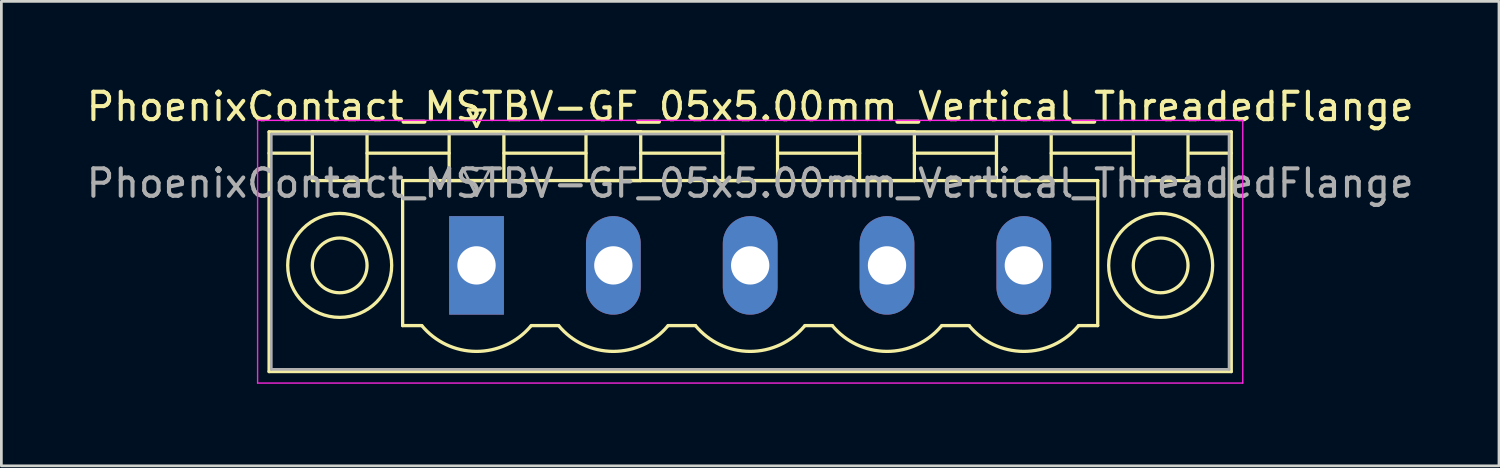
<source format=kicad_pcb>
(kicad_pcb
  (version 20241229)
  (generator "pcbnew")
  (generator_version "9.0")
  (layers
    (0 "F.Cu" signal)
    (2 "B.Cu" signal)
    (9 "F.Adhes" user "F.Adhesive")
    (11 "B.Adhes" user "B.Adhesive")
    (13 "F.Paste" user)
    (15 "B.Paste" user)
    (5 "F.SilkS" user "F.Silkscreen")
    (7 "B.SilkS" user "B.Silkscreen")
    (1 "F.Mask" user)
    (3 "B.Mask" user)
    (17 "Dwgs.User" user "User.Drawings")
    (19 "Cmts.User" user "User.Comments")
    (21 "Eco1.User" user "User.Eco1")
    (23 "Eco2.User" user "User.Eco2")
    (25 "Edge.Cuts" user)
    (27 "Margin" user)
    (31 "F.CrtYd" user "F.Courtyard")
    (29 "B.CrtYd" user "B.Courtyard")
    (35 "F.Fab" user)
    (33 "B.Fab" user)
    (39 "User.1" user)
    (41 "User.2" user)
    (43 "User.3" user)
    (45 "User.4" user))
  (footprint "PhoenixContact_MSTBV-GF_05x5.00mm_Vertical_ThreadedFlange"
    (layer "F.Cu")
    (at 14.363 6.648)
    (property "Reference" "PhoenixContact_MSTBV-GF_05x5.00mm_Vertical_ThreadedFlange" (at 10 -5.8 0) (layer "F.SilkS") (effects (font (size 1 1) (thickness 0.15))))
    (attr through_hole)
    (fp_line (start -7.58 -4.88) (end -7.58 3.88) (stroke (width 0.12) (type solid)) (layer "F.SilkS"))
    (fp_line (start -7.58 -4.1) (end -6.08 -4.1) (stroke (width 0.12) (type solid)) (layer "F.SilkS"))
    (fp_line (start -7.58 3.88) (end 27.58 3.88) (stroke (width 0.12) (type solid)) (layer "F.SilkS"))
    (fp_line (start -6 -4.88) (end -4 -4.88) (stroke (width 0.12) (type solid)) (layer "F.SilkS"))
    (fp_line (start -6 -3.1) (end -6 -4.88) (stroke (width 0.12) (type solid)) (layer "F.SilkS"))
    (fp_line (start -4 -4.88) (end -4 -3.1) (stroke (width 0.12) (type solid)) (layer "F.SilkS"))
    (fp_line (start -4 -4.1) (end -1 -4.1) (stroke (width 0.12) (type solid)) (layer "F.SilkS"))
    (fp_line (start -4 -3.1) (end -6 -3.1) (stroke (width 0.12) (type solid)) (layer "F.SilkS"))
    (fp_line (start -2.7 -3.1) (end 22.7 -3.1) (stroke (width 0.12) (type solid)) (layer "F.SilkS"))
    (fp_line (start -2.7 2.2) (end -2.7 -3.1) (stroke (width 0.12) (type solid)) (layer "F.SilkS"))
    (fp_line (start -2 2.2) (end -2.7 2.2) (stroke (width 0.12) (type solid)) (layer "F.SilkS"))
    (fp_line (start -1 -4.88) (end 1 -4.88) (stroke (width 0.12) (type solid)) (layer "F.SilkS"))
    (fp_line (start -1 -3.1) (end -1 -4.88) (stroke (width 0.12) (type solid)) (layer "F.SilkS"))
    (fp_line (start -0.3 -5.68) (end 0.3 -5.68) (stroke (width 0.12) (type solid)) (layer "F.SilkS"))
    (fp_line (start 0 -5.08) (end -0.3 -5.68) (stroke (width 0.12) (type solid)) (layer "F.SilkS"))
    (fp_line (start 0.3 -5.68) (end 0 -5.08) (stroke (width 0.12) (type solid)) (layer "F.SilkS"))
    (fp_line (start 1 -4.88) (end 1 -3.1) (stroke (width 0.12) (type solid)) (layer "F.SilkS"))
    (fp_line (start 1 -4.1) (end 4 -4.1) (stroke (width 0.12) (type solid)) (layer "F.SilkS"))
    (fp_line (start 1 -3.1) (end -1 -3.1) (stroke (width 0.12) (type solid)) (layer "F.SilkS"))
    (fp_line (start 2 2.2) (end 3 2.2) (stroke (width 0.12) (type solid)) (layer "F.SilkS"))
    (fp_line (start 4 -4.88) (end 6 -4.88) (stroke (width 0.12) (type solid)) (layer "F.SilkS"))
    (fp_line (start 4 -3.1) (end 4 -4.88) (stroke (width 0.12) (type solid)) (layer "F.SilkS"))
    (fp_line (start 6 -4.88) (end 6 -3.1) (stroke (width 0.12) (type solid)) (layer "F.SilkS"))
    (fp_line (start 6 -4.1) (end 9 -4.1) (stroke (width 0.12) (type solid)) (layer "F.SilkS"))
    (fp_line (start 6 -3.1) (end 4 -3.1) (stroke (width 0.12) (type solid)) (layer "F.SilkS"))
    (fp_line (start 7 2.2) (end 8 2.2) (stroke (width 0.12) (type solid)) (layer "F.SilkS"))
    (fp_line (start 9 -4.88) (end 11 -4.88) (stroke (width 0.12) (type solid)) (layer "F.SilkS"))
    (fp_line (start 9 -3.1) (end 9 -4.88) (stroke (width 0.12) (type solid)) (layer "F.SilkS"))
    (fp_line (start 11 -4.88) (end 11 -3.1) (stroke (width 0.12) (type solid)) (layer "F.SilkS"))
    (fp_line (start 11 -4.1) (end 14 -4.1) (stroke (width 0.12) (type solid)) (layer "F.SilkS"))
    (fp_line (start 11 -3.1) (end 9 -3.1) (stroke (width 0.12) (type solid)) (layer "F.SilkS"))
    (fp_line (start 12 2.2) (end 13 2.2) (stroke (width 0.12) (type solid)) (layer "F.SilkS"))
    (fp_line (start 14 -4.88) (end 16 -4.88) (stroke (width 0.12) (type solid)) (layer "F.SilkS"))
    (fp_line (start 14 -3.1) (end 14 -4.88) (stroke (width 0.12) (type solid)) (layer "F.SilkS"))
    (fp_line (start 16 -4.88) (end 16 -3.1) (stroke (width 0.12) (type solid)) (layer "F.SilkS"))
    (fp_line (start 16 -4.1) (end 19 -4.1) (stroke (width 0.12) (type solid)) (layer "F.SilkS"))
    (fp_line (start 16 -3.1) (end 14 -3.1) (stroke (width 0.12) (type solid)) (layer "F.SilkS"))
    (fp_line (start 17 2.2) (end 18 2.2) (stroke (width 0.12) (type solid)) (layer "F.SilkS"))
    (fp_line (start 19 -4.88) (end 21 -4.88) (stroke (width 0.12) (type solid)) (layer "F.SilkS"))
    (fp_line (start 19 -3.1) (end 19 -4.88) (stroke (width 0.12) (type solid)) (layer "F.SilkS"))
    (fp_line (start 21 -4.88) (end 21 -3.1) (stroke (width 0.12) (type solid)) (layer "F.SilkS"))
    (fp_line (start 21 -4.1) (end 24 -4.1) (stroke (width 0.12) (type solid)) (layer "F.SilkS"))
    (fp_line (start 21 -3.1) (end 19 -3.1) (stroke (width 0.12) (type solid)) (layer "F.SilkS"))
    (fp_line (start 22.7 -3.1) (end 22.7 2.2) (stroke (width 0.12) (type solid)) (layer "F.SilkS"))
    (fp_line (start 22.7 2.2) (end 22 2.2) (stroke (width 0.12) (type solid)) (layer "F.SilkS"))
    (fp_line (start 24 -4.88) (end 26 -4.88) (stroke (width 0.12) (type solid)) (layer "F.SilkS"))
    (fp_line (start 24 -3.1) (end 24 -4.88) (stroke (width 0.12) (type solid)) (layer "F.SilkS"))
    (fp_line (start 26 -4.88) (end 26 -3.1) (stroke (width 0.12) (type solid)) (layer "F.SilkS"))
    (fp_line (start 26 -3.1) (end 24 -3.1) (stroke (width 0.12) (type solid)) (layer "F.SilkS"))
    (fp_line (start 27.58 -4.88) (end -7.58 -4.88) (stroke (width 0.12) (type solid)) (layer "F.SilkS"))
    (fp_line (start 27.58 -4.1) (end 26.08 -4.1) (stroke (width 0.12) (type solid)) (layer "F.SilkS"))
    (fp_line (start 27.58 3.88) (end 27.58 -4.88) (stroke (width 0.12) (type solid)) (layer "F.SilkS"))
    (fp_arc (start 1.986842 2.215821) (mid -0.010289 3.142758) (end -2 2.2) (stroke (width 0.12) (type solid)) (layer "F.SilkS"))
    (fp_arc (start 6.986842 2.215821) (mid 4.989711 3.142758) (end 3 2.2) (stroke (width 0.12) (type solid)) (layer "F.SilkS"))
    (fp_arc (start 11.986842 2.215821) (mid 9.989711 3.142758) (end 8 2.2) (stroke (width 0.12) (type solid)) (layer "F.SilkS"))
    (fp_arc (start 16.986842 2.215821) (mid 14.989711 3.142758) (end 13 2.2) (stroke (width 0.12) (type solid)) (layer "F.SilkS"))
    (fp_arc (start 21.986842 2.215821) (mid 19.989711 3.142758) (end 18 2.2) (stroke (width 0.12) (type solid)) (layer "F.SilkS"))
    (fp_circle (center -5 0) (end -4 0) (stroke (width 0.12) (type solid)) (fill no) (layer "F.SilkS"))
    (fp_circle (center -5 0) (end -3.1 0) (stroke (width 0.12) (type solid)) (fill no) (layer "F.SilkS"))
    (fp_circle (center 25 0) (end 26 0) (stroke (width 0.12) (type solid)) (fill no) (layer "F.SilkS"))
    (fp_circle (center 25 0) (end 26.9 0) (stroke (width 0.12) (type solid)) (fill no) (layer "F.SilkS"))
    (fp_line (start -8 -5.3) (end -8 4.3) (stroke (width 0.05) (type solid)) (layer "F.CrtYd"))
    (fp_line (start -8 4.3) (end 28 4.3) (stroke (width 0.05) (type solid)) (layer "F.CrtYd"))
    (fp_line (start 28 -5.3) (end -8 -5.3) (stroke (width 0.05) (type solid)) (layer "F.CrtYd"))
    (fp_line (start 28 4.3) (end 28 -5.3) (stroke (width 0.05) (type solid)) (layer "F.CrtYd"))
    (fp_line (start -7.5 -4.8) (end -7.5 3.8) (stroke (width 0.1) (type solid)) (layer "F.Fab"))
    (fp_line (start -7.5 3.8) (end 27.5 3.8) (stroke (width 0.1) (type solid)) (layer "F.Fab"))
    (fp_line (start -0.5 -3.55) (end 0.5 -3.55) (stroke (width 0.1) (type solid)) (layer "F.Fab"))
    (fp_line (start 0 -2.55) (end -0.5 -3.55) (stroke (width 0.1) (type solid)) (layer "F.Fab"))
    (fp_line (start 0.5 -3.55) (end 0 -2.55) (stroke (width 0.1) (type solid)) (layer "F.Fab"))
    (fp_line (start 27.5 -4.8) (end -7.5 -4.8) (stroke (width 0.1) (type solid)) (layer "F.Fab"))
    (fp_line (start 27.5 3.8) (end 27.5 -4.8) (stroke (width 0.1) (type solid)) (layer "F.Fab"))
    (fp_text user "${REFERENCE}" (at 10 -3 0) (layer "F.Fab") (effects (font (size 1 1) (thickness 0.15))))
    (pad "1" thru_hole rect (at 0 0) (size 2 3.6) (drill 1.4) (layers "*.Cu" "*.Mask"))
    (pad "2" thru_hole oval (at 5 0) (size 2 3.6) (drill 1.4) (layers "*.Cu" "*.Mask"))
    (pad "3" thru_hole oval (at 10 0) (size 2 3.6) (drill 1.4) (layers "*.Cu" "*.Mask"))
    (pad "4" thru_hole oval (at 15 0) (size 2 3.6) (drill 1.4) (layers "*.Cu" "*.Mask"))
    (pad "5" thru_hole oval (at 20 0) (size 2 3.6) (drill 1.4) (layers "*.Cu" "*.Mask")))
  (gr_rect
    (start -3 -3)
    (end 51.726 13.973)
    (stroke (width 0.1) (type default))
    (fill no)
    (layer "Edge.Cuts")))
</source>
